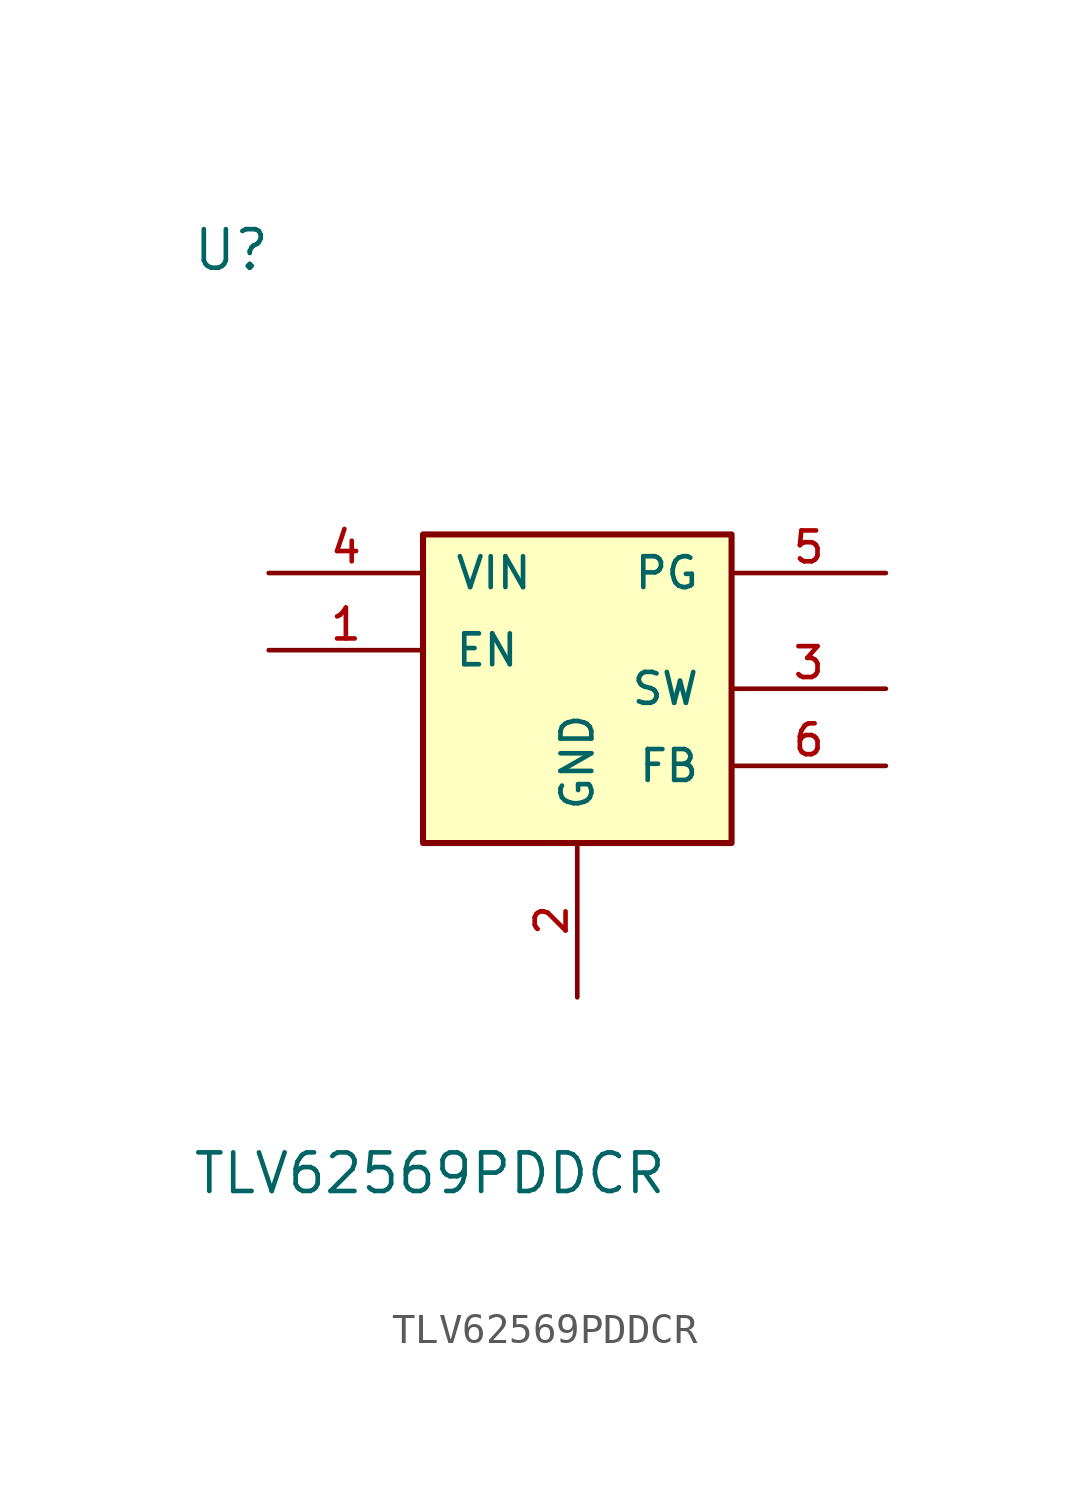
<source format=kicad_sym>
(kicad_symbol_lib
  (version 20241209)
  (generator "kicad_symbol_editor")
  (generator_version "9.0")
  (symbol "TLV62569PDDCR"
    (pin_names
      (offset 1.016))
    (property "Reference" "U"
      (at -12.7 13.7 0)
      (effects (font (size 1.27 1.27)) (justify left bottom)))
    (property "Value" "TLV62569PDDCR"
      (at -12.7 -16.7 0)
      (effects (font (size 1.27 1.27)) (justify left bottom)))
    (symbol "TLV62569PDDCR_0_0"
      (pin input line (at -10.16 3.81 0) (length 5.08) (name "VIN" (effects (font (size 1.016 1.016)))) (number "4" (effects (font (size 1.016 1.016)))))
      (pin input line (at -10.16 1.27 0) (length 5.08) (name "EN" (effects (font (size 1.016 1.016)))) (number "1" (effects (font (size 1.016 1.016)))))
      (pin power_in line (at 0 -10.16 90) (length 5.08) (name "GND" (effects (font (size 1.016 1.016)))) (number "2" (effects (font (size 1.016 1.016)))))
      (pin output line (at 10.16 3.81 180) (length 5.08) (name "PG" (effects (font (size 1.016 1.016)))) (number "5" (effects (font (size 1.016 1.016)))))
      (pin power_in line (at 10.16 0 180) (length 5.08) (name "SW" (effects (font (size 1.016 1.016)))) (number "3" (effects (font (size 1.016 1.016)))))
      (pin bidirectional line (at 10.16 -2.54 180) (length 5.08) (name "FB" (effects (font (size 1.016 1.016)))) (number "6" (effects (font (size 1.016 1.016))))))
    (symbol "TLV62569PDDCR_1_0"
      (rectangle (start -5.08 5.08) (end 5.08 -5.08) (stroke (width 0.2) (type solid)) (fill (type background))))))
</source>
